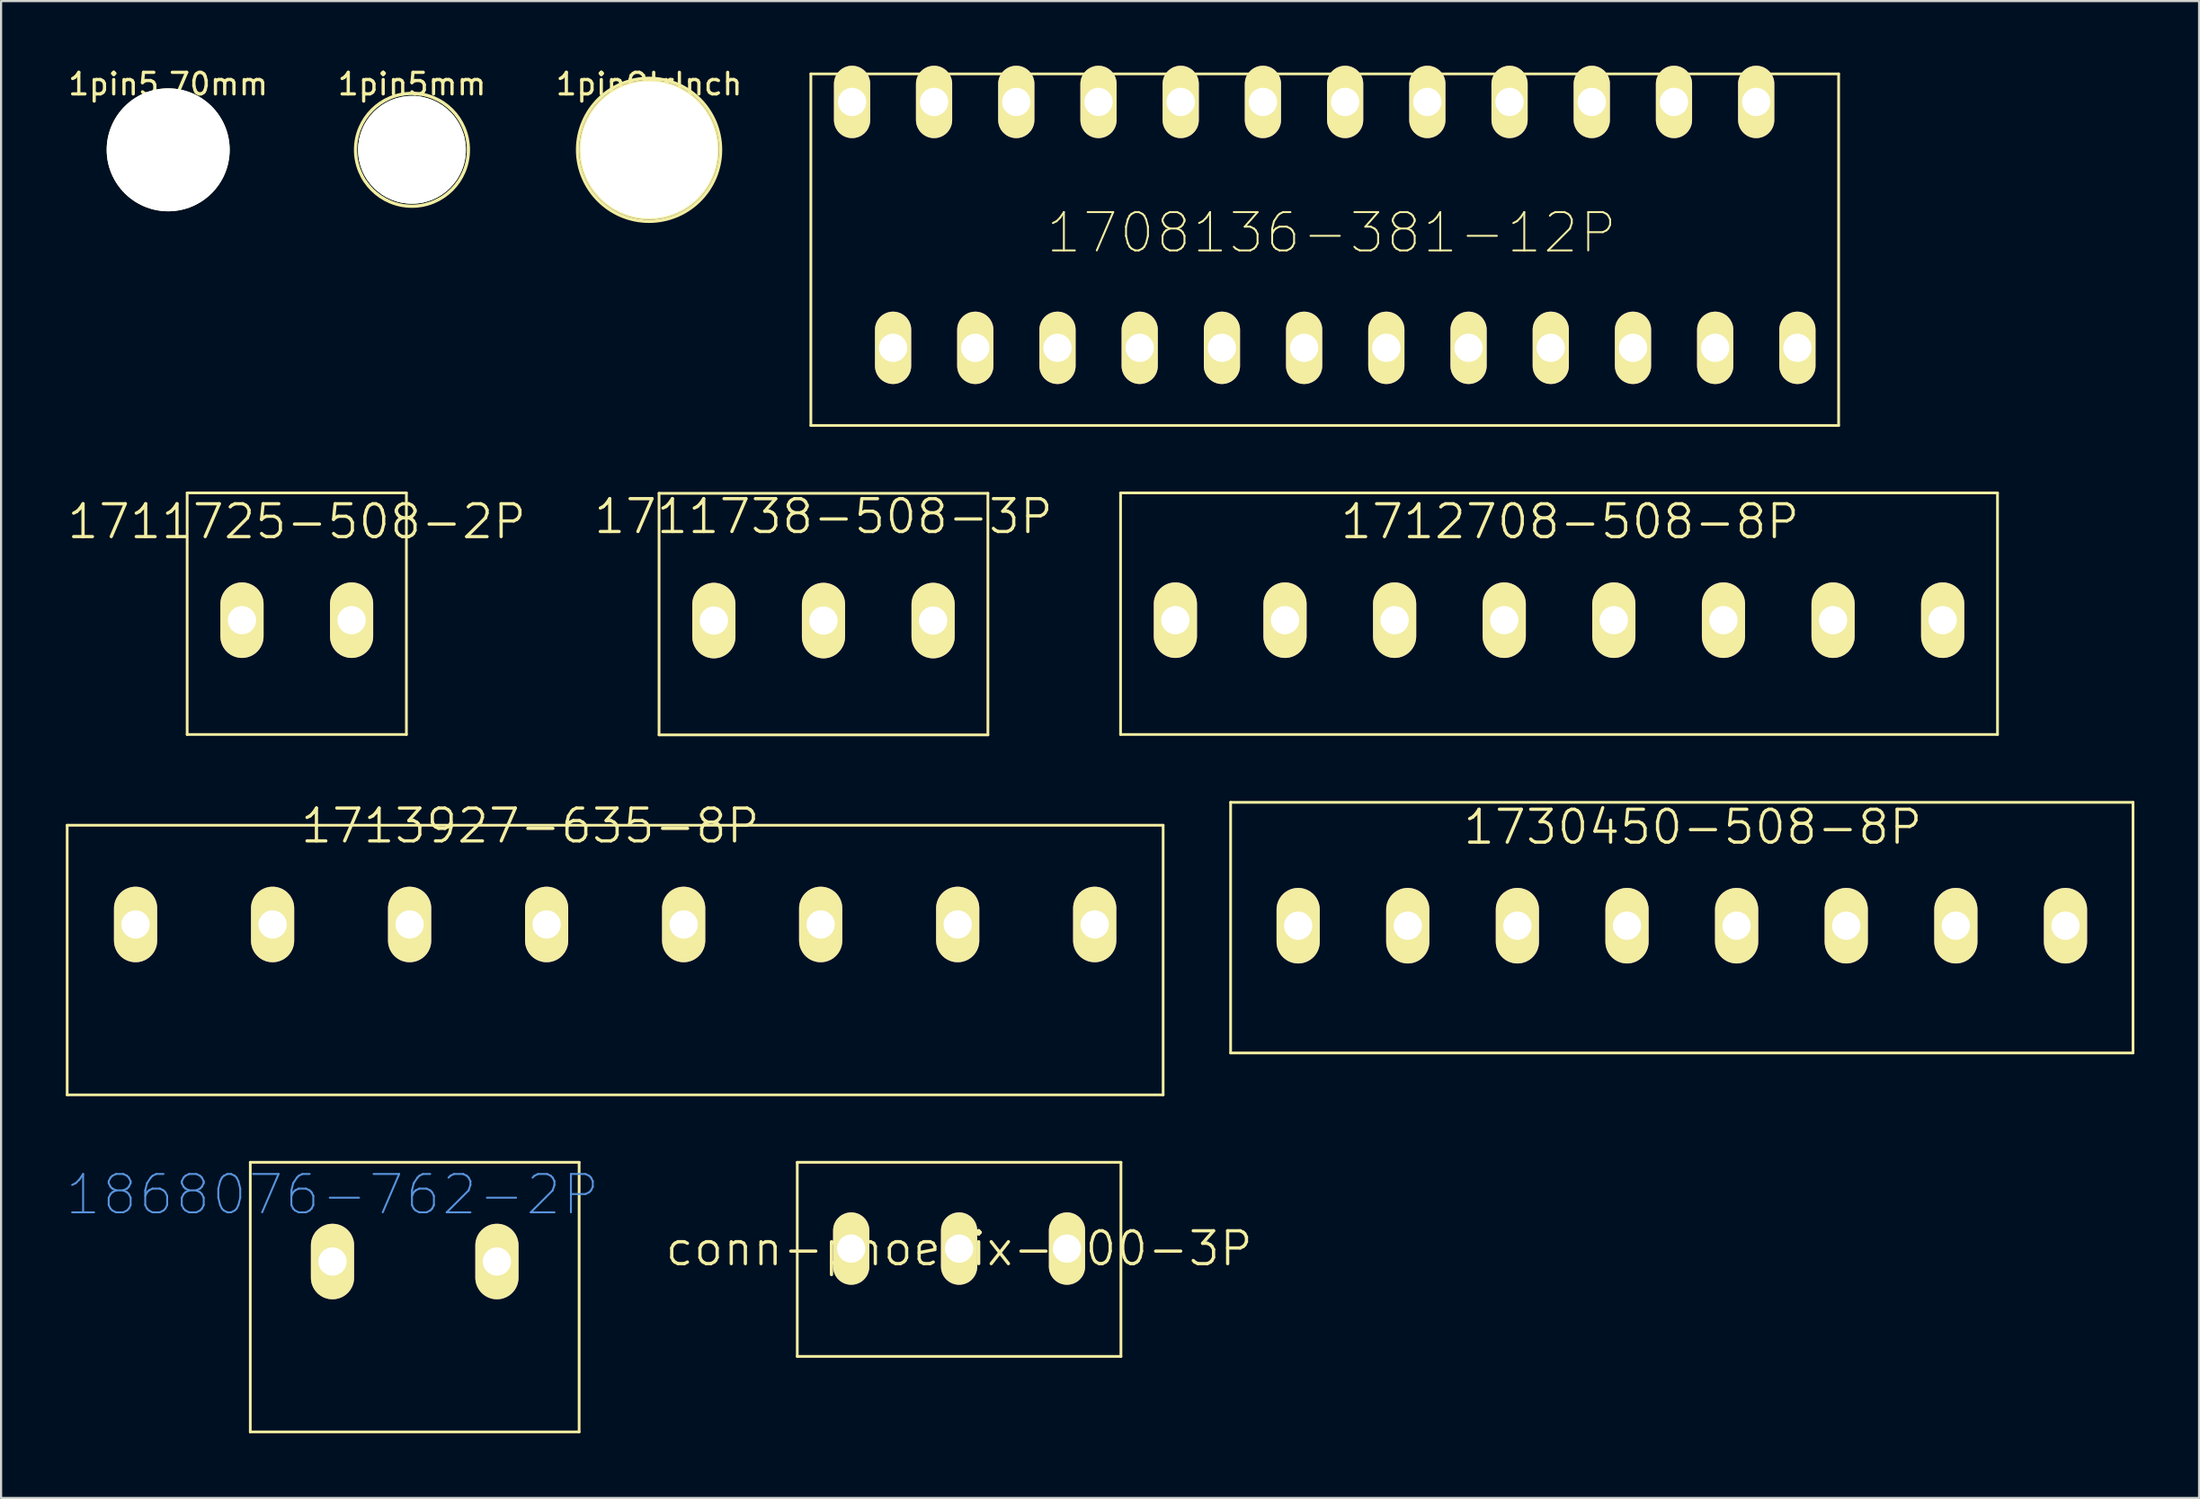
<source format=kicad_pcb>
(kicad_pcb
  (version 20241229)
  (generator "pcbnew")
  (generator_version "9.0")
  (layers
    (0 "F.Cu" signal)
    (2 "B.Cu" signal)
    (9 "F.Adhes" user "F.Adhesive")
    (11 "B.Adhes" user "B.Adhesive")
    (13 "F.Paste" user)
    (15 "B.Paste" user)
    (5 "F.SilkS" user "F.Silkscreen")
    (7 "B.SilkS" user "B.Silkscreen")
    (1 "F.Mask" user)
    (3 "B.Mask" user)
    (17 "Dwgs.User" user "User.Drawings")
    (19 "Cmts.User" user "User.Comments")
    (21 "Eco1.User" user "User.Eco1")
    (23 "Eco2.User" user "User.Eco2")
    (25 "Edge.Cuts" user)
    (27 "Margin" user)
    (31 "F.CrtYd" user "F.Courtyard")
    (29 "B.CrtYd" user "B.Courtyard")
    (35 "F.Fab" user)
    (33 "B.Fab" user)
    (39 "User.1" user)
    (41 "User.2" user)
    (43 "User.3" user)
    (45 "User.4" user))
  (footprint "1711738-508-3P"
    (layer "F.Cu")
    (at 30.033 25.721)
    (property "Reference" "1711738-508-3P" (at 5.08 -4.826 0) (layer "F.SilkS") (effects (font (size 1.524 1.524) (thickness 0.15))))
    (attr exclude_from_pos_files exclude_from_bom)
    (fp_line (start -2.54 -5.9) (end 12.7 -5.9) (stroke (width 0.127) (type solid)) (layer "F.SilkS"))
    (fp_line (start -2.54 5.3) (end -2.54 -5.9) (stroke (width 0.127) (type solid)) (layer "F.SilkS"))
    (fp_line (start -2.54 5.3) (end 12.7 5.3) (stroke (width 0.127) (type solid)) (layer "F.SilkS"))
    (fp_line (start 12.7 -5.9) (end 12.7 5.3) (stroke (width 0.127) (type solid)) (layer "F.SilkS"))
    (pad "1" thru_hole oval (at 0 0) (size 2 3.5) (drill 1.31) (layers "*.Cu" "*.Mask" "F.SilkS"))
    (pad "2" thru_hole oval (at 5.08 0) (size 2 3.5) (drill 1.31) (layers "*.Cu" "*.Mask" "F.SilkS"))
    (pad "3" thru_hole oval (at 10.16 0) (size 2 3.5) (drill 1.31) (layers "*.Cu" "*.Mask" "F.SilkS")))
  (footprint "conn-phoenix-500-3P"
    (layer "F.Cu")
    (at 41.398 54.838)
    (property "Reference" "conn-phoenix-500-3P" (at 0 0 0) (layer "F.SilkS") (effects (font (size 1.524 1.524) (thickness 0.15))))
    (attr exclude_from_pos_files exclude_from_bom)
    (fp_line (start -7.5 -4) (end 7.5 -4) (stroke (width 0.127) (type solid)) (layer "F.SilkS"))
    (fp_line (start -7.5 5) (end -7.5 -4) (stroke (width 0.127) (type solid)) (layer "F.SilkS"))
    (fp_line (start -7.5 5) (end 7.5 5) (stroke (width 0.127) (type solid)) (layer "F.SilkS"))
    (fp_line (start 7.5 -4) (end 7.5 5) (stroke (width 0.127) (type solid)) (layer "F.SilkS"))
    (pad "1" thru_hole oval (at -5 0) (size 1.676 3.353) (drill 1.31) (layers "*.Cu" "*.Mask" "F.SilkS"))
    (pad "2" thru_hole oval (at 0 0) (size 1.676 3.353) (drill 1.31) (layers "*.Cu" "*.Mask" "F.SilkS"))
    (pad "3" thru_hole oval (at 5 0) (size 1.676 3.353) (drill 1.31) (layers "*.Cu" "*.Mask" "F.SilkS")))
  (footprint "1730450-508-8P"
    (layer "F.Cu")
    (at 57.111 39.868)
    (property "Reference" "1730450-508-8P" (at 18.288 -4.572 0) (layer "F.SilkS") (effects (font (size 1.524 1.524) (thickness 0.15))))
    (attr exclude_from_pos_files exclude_from_bom)
    (fp_line (start -3.13 -5.72) (end 38.69 -5.72) (stroke (width 0.127) (type solid)) (layer "F.SilkS"))
    (fp_line (start -3.13 5.9) (end -3.13 -5.72) (stroke (width 0.127) (type solid)) (layer "F.SilkS"))
    (fp_line (start -3.13 5.9) (end 38.69 5.9) (stroke (width 0.127) (type solid)) (layer "F.SilkS"))
    (fp_line (start 38.69 -5.72) (end 38.69 5.9) (stroke (width 0.127) (type solid)) (layer "F.SilkS"))
    (pad "1" thru_hole oval (at 0 0) (size 2 3.5) (drill 1.31) (layers "*.Cu" "*.Mask" "F.SilkS"))
    (pad "2" thru_hole oval (at 5.08 0) (size 2 3.5) (drill 1.31) (layers "*.Cu" "*.Mask" "F.SilkS"))
    (pad "3" thru_hole oval (at 10.16 0) (size 2 3.5) (drill 1.31) (layers "*.Cu" "*.Mask" "F.SilkS"))
    (pad "4" thru_hole oval (at 15.24 0) (size 2 3.5) (drill 1.31) (layers "*.Cu" "*.Mask" "F.SilkS"))
    (pad "5" thru_hole oval (at 20.32 0) (size 2 3.5) (drill 1.31) (layers "*.Cu" "*.Mask" "F.SilkS"))
    (pad "6" thru_hole oval (at 25.4 0) (size 2 3.5) (drill 1.31) (layers "*.Cu" "*.Mask" "F.SilkS"))
    (pad "7" thru_hole oval (at 30.48 0) (size 2 3.5) (drill 1.31) (layers "*.Cu" "*.Mask" "F.SilkS"))
    (pad "8" thru_hole oval (at 35.56 0) (size 2 3.5) (drill 1.31) (layers "*.Cu" "*.Mask" "F.SilkS")))
  (footprint "1713927-635-8P"
    (layer "F.Cu")
    (at 3.233 39.811)
    (property "Reference" "1713927-635-8P" (at 18.288 -4.572 0) (layer "F.SilkS") (effects (font (size 1.524 1.524) (thickness 0.15))))
    (attr exclude_from_pos_files exclude_from_bom)
    (fp_line (start -3.17 -4.6) (end 47.62 -4.6) (stroke (width 0.127) (type solid)) (layer "F.SilkS"))
    (fp_line (start -3.17 7.9) (end -3.17 -4.6) (stroke (width 0.127) (type solid)) (layer "F.SilkS"))
    (fp_line (start -3.17 7.9) (end 47.62 7.9) (stroke (width 0.127) (type solid)) (layer "F.SilkS"))
    (fp_line (start 47.62 -4.6) (end 47.62 7.9) (stroke (width 0.127) (type solid)) (layer "F.SilkS"))
    (pad "1" thru_hole oval (at 0 0) (size 2 3.5) (drill 1.31) (layers "*.Cu" "*.Mask" "F.SilkS"))
    (pad "2" thru_hole oval (at 6.35 0) (size 2 3.5) (drill 1.31) (layers "*.Cu" "*.Mask" "F.SilkS"))
    (pad "3" thru_hole oval (at 12.7 0) (size 2 3.5) (drill 1.31) (layers "*.Cu" "*.Mask" "F.SilkS"))
    (pad "4" thru_hole oval (at 19.05 0) (size 2 3.5) (drill 1.31) (layers "*.Cu" "*.Mask" "F.SilkS"))
    (pad "5" thru_hole oval (at 25.4 0) (size 2 3.5) (drill 1.31) (layers "*.Cu" "*.Mask" "F.SilkS"))
    (pad "6" thru_hole oval (at 31.75 0) (size 2 3.5) (drill 1.31) (layers "*.Cu" "*.Mask" "F.SilkS"))
    (pad "7" thru_hole oval (at 38.1 0) (size 2 3.5) (drill 1.31) (layers "*.Cu" "*.Mask" "F.SilkS"))
    (pad "8" thru_hole oval (at 44.45 0) (size 2 3.5) (drill 1.31) (layers "*.Cu" "*.Mask" "F.SilkS")))
  (footprint "1pin5mm"
    (layer "F.Cu")
    (at 16.042 3.896)
    (property "Reference" "1pin5mm" (at 0 -3.048 0) (layer "F.SilkS") (effects (font (size 1 1) (thickness 0.15))))
    (attr through_hole)
    (fp_circle (center 0 0) (end 0 -2.615) (stroke (width 0.15) (type solid)) (fill no) (layer "F.SilkS"))
    (pad "" np_thru_hole circle (at 0 0) (size 5 5) (drill 5) (layers "*.Cu" "*.Mask" "F.SilkS")))
  (footprint "1pin5.70mm"
    (layer "F.Cu")
    (at 4.744 3.896)
    (property "Reference" "1pin5.70mm" (at 0 -3.048 0) (layer "F.SilkS") (effects (font (size 1 1) (thickness 0.15))))
    (attr through_hole)
    (pad "" np_thru_hole circle (at 0 0) (size 5.7 5.7) (drill 5.7) (layers "*.Cu" "*.Mask" "F.SilkS")))
  (footprint "1712708-508-8P"
    (layer "F.Cu")
    (at 51.421 25.703)
    (property "Reference" "1712708-508-8P" (at 18.288 -4.572 0) (layer "F.SilkS") (effects (font (size 1.524 1.524) (thickness 0.15))))
    (attr exclude_from_pos_files exclude_from_bom)
    (fp_line (start -2.54 -5.9) (end 38.1 -5.9) (stroke (width 0.127) (type solid)) (layer "F.SilkS"))
    (fp_line (start -2.54 5.3) (end -2.54 -5.9) (stroke (width 0.127) (type solid)) (layer "F.SilkS"))
    (fp_line (start -2.54 5.3) (end 38.1 5.3) (stroke (width 0.127) (type solid)) (layer "F.SilkS"))
    (fp_line (start 38.1 -5.9) (end 38.1 5.3) (stroke (width 0.127) (type solid)) (layer "F.SilkS"))
    (pad "1" thru_hole oval (at 0 0) (size 2 3.5) (drill 1.31) (layers "*.Cu" "*.Mask" "F.SilkS"))
    (pad "2" thru_hole oval (at 5.08 0) (size 2 3.5) (drill 1.31) (layers "*.Cu" "*.Mask" "F.SilkS"))
    (pad "3" thru_hole oval (at 10.16 0) (size 2 3.5) (drill 1.31) (layers "*.Cu" "*.Mask" "F.SilkS"))
    (pad "4" thru_hole oval (at 15.24 0) (size 2 3.5) (drill 1.31) (layers "*.Cu" "*.Mask" "F.SilkS"))
    (pad "5" thru_hole oval (at 20.32 0) (size 2 3.5) (drill 1.31) (layers "*.Cu" "*.Mask" "F.SilkS"))
    (pad "6" thru_hole oval (at 25.4 0) (size 2 3.5) (drill 1.31) (layers "*.Cu" "*.Mask" "F.SilkS"))
    (pad "7" thru_hole oval (at 30.48 0) (size 2 3.5) (drill 1.31) (layers "*.Cu" "*.Mask" "F.SilkS"))
    (pad "8" thru_hole oval (at 35.56 0) (size 2 3.5) (drill 1.31) (layers "*.Cu" "*.Mask" "F.SilkS")))
  (footprint "1pinQtrInch"
    (layer "F.Cu")
    (at 27.03 3.896)
    (property "Reference" "1pinQtrInch" (at 0 -3.048 0) (layer "F.SilkS") (effects (font (size 1 1) (thickness 0.15))))
    (attr through_hole)
    (fp_circle (center 0 0) (end 0 -3.315) (stroke (width 0.15) (type solid)) (fill no) (layer "F.SilkS"))
    (pad "1" thru_hole circle (at 0 0) (size 6.477 6.477) (drill 6.35) (layers "*.Cu" "*.Mask" "F.SilkS")))
  (footprint "1711725-508-2P"
    (layer "F.Cu")
    (at 8.164 25.703)
    (property "Reference" "1711725-508-2P" (at 2.54 -4.572 0) (layer "F.SilkS") (effects (font (size 1.524 1.524) (thickness 0.15))))
    (attr exclude_from_pos_files exclude_from_bom)
    (fp_line (start -2.54 -5.9) (end 7.62 -5.9) (stroke (width 0.127) (type solid)) (layer "F.SilkS"))
    (fp_line (start -2.54 5.3) (end -2.54 -5.9) (stroke (width 0.127) (type solid)) (layer "F.SilkS"))
    (fp_line (start -2.54 5.3) (end 7.62 5.3) (stroke (width 0.127) (type solid)) (layer "F.SilkS"))
    (fp_line (start 7.62 -5.9) (end 7.62 5.3) (stroke (width 0.127) (type solid)) (layer "F.SilkS"))
    (pad "1" thru_hole oval (at 0 0) (size 2 3.5) (drill 1.31) (layers "*.Cu" "*.Mask" "F.SilkS"))
    (pad "2" thru_hole oval (at 5.08 0) (size 2 3.5) (drill 1.31) (layers "*.Cu" "*.Mask" "F.SilkS")))
  (footprint "1708136-381-12P"
    (layer "F.Cu")
    (at 38.338 13.076)
    (property "Reference" "1708136-381-12P" (at 20.32 -5.334 0) (layer "F.SilkS") (effects (font (size 1.778 1.778) (thickness 0.089))))
    (attr exclude_from_pos_files exclude_from_bom)
    (fp_line (start -3.81 -12.7) (end 43.82 -12.7) (stroke (width 0.127) (type solid)) (layer "F.SilkS"))
    (fp_line (start -3.81 3.6) (end -3.81 -12.7) (stroke (width 0.127) (type solid)) (layer "F.SilkS"))
    (fp_line (start 43.82 -12.7) (end 43.82 3.6) (stroke (width 0.127) (type solid)) (layer "F.SilkS"))
    (fp_line (start 43.82 3.6) (end -3.81 3.6) (stroke (width 0.127) (type solid)) (layer "F.SilkS"))
    (pad "1" thru_hole oval (at 0 0) (size 1.676 3.353) (drill 1.31) (layers "*.Cu" "F.Mask" "F.SilkS" "F.Paste"))
    (pad "2" thru_hole oval (at 3.81 0) (size 1.676 3.353) (drill 1.31) (layers "*.Cu" "F.Mask" "F.SilkS" "F.Paste"))
    (pad "3" thru_hole oval (at 7.62 0) (size 1.676 3.353) (drill 1.31) (layers "*.Cu" "F.Mask" "F.SilkS" "F.Paste"))
    (pad "4" thru_hole oval (at 11.43 0) (size 1.676 3.353) (drill 1.31) (layers "*.Cu" "F.Mask" "F.SilkS" "F.Paste"))
    (pad "5" thru_hole oval (at 15.24 0) (size 1.676 3.353) (drill 1.31) (layers "*.Cu" "F.Mask" "F.SilkS" "F.Paste"))
    (pad "6" thru_hole oval (at 19.05 0) (size 1.676 3.353) (drill 1.31) (layers "*.Cu" "F.Mask" "F.SilkS" "F.Paste"))
    (pad "7" thru_hole oval (at 22.86 0) (size 1.676 3.353) (drill 1.31) (layers "*.Cu" "F.Mask" "F.SilkS" "F.Paste"))
    (pad "8" thru_hole oval (at 26.67 0) (size 1.676 3.353) (drill 1.31) (layers "*.Cu" "F.Mask" "F.SilkS" "F.Paste"))
    (pad "9" thru_hole oval (at 30.48 0) (size 1.676 3.353) (drill 1.31) (layers "*.Cu" "F.Mask" "F.SilkS" "F.Paste"))
    (pad "10" thru_hole oval (at 34.29 0) (size 1.676 3.353) (drill 1.31) (layers "*.Cu" "F.Mask" "F.SilkS" "F.Paste"))
    (pad "11" thru_hole oval (at 38.1 0) (size 1.676 3.353) (drill 1.31) (layers "*.Cu" "F.Mask" "F.SilkS" "F.Paste"))
    (pad "12" thru_hole oval (at 41.91 0) (size 1.676 3.353) (drill 1.31) (layers "*.Cu" "F.Mask" "F.SilkS" "F.Paste"))
    (pad "13" thru_hole oval (at -1.9 -11.4) (size 1.676 3.353) (drill 1.31) (layers "*.Cu" "F.Mask" "F.SilkS" "F.Paste"))
    (pad "14" thru_hole oval (at 1.9 -11.4) (size 1.676 3.353) (drill 1.31) (layers "*.Cu" "F.Mask" "F.SilkS" "F.Paste"))
    (pad "15" thru_hole oval (at 5.71 -11.4) (size 1.676 3.353) (drill 1.31) (layers "*.Cu" "F.Mask" "F.SilkS" "F.Paste"))
    (pad "16" thru_hole oval (at 9.52 -11.4) (size 1.676 3.353) (drill 1.31) (layers "*.Cu" "F.Mask" "F.SilkS" "F.Paste"))
    (pad "17" thru_hole oval (at 13.33 -11.4) (size 1.676 3.353) (drill 1.31) (layers "*.Cu" "F.Mask" "F.SilkS" "F.Paste"))
    (pad "18" thru_hole oval (at 17.14 -11.4) (size 1.676 3.353) (drill 1.31) (layers "*.Cu" "F.Mask" "F.SilkS" "F.Paste"))
    (pad "19" thru_hole oval (at 20.95 -11.4) (size 1.676 3.353) (drill 1.31) (layers "*.Cu" "F.Mask" "F.SilkS" "F.Paste"))
    (pad "20" thru_hole oval (at 24.76 -11.4) (size 1.676 3.353) (drill 1.31) (layers "*.Cu" "F.Mask" "F.SilkS" "F.Paste"))
    (pad "21" thru_hole oval (at 28.57 -11.4) (size 1.676 3.353) (drill 1.31) (layers "*.Cu" "F.Mask" "F.SilkS" "F.Paste"))
    (pad "22" thru_hole oval (at 32.38 -11.4) (size 1.676 3.353) (drill 1.31) (layers "*.Cu" "F.Mask" "F.SilkS" "F.Paste"))
    (pad "23" thru_hole oval (at 36.19 -11.4) (size 1.676 3.353) (drill 1.31) (layers "*.Cu" "F.Mask" "F.SilkS" "F.Paste"))
    (pad "24" thru_hole oval (at 40 -11.4) (size 1.676 3.353) (drill 1.31) (layers "*.Cu" "F.Mask" "F.SilkS" "F.Paste")))
  (footprint "1868076-762-2P"
    (layer "F.Cu")
    (at 12.359 55.438)
    (property "Reference" "1868076-762-2P" (at 0 -3.099 0) (layer "Cmts.User") (effects (font (size 1.778 1.778) (thickness 0.089))))
    (attr exclude_from_pos_files exclude_from_bom)
    (fp_line (start -3.81 -4.6) (end 11.43 -4.6) (stroke (width 0.127) (type solid)) (layer "F.SilkS"))
    (fp_line (start -3.81 7.9) (end -3.81 -4.6) (stroke (width 0.127) (type solid)) (layer "F.SilkS"))
    (fp_line (start -3.81 7.9) (end 11.43 7.9) (stroke (width 0.127) (type solid)) (layer "F.SilkS"))
    (fp_line (start 11.43 -4.6) (end 11.43 7.9) (stroke (width 0.127) (type solid)) (layer "F.SilkS"))
    (pad "1" thru_hole oval (at 0 0) (size 2 3.5) (drill 1.31) (layers "*.Cu" "*.Mask" "F.SilkS"))
    (pad "2" thru_hole oval (at 7.62 0) (size 2 3.5) (drill 1.31) (layers "*.Cu" "*.Mask" "F.SilkS")))
  (gr_rect
    (start -3 -3)
    (end 98.864 66.401)
    (stroke (width 0.1) (type default))
    (fill no)
    (layer "Edge.Cuts")))
</source>
